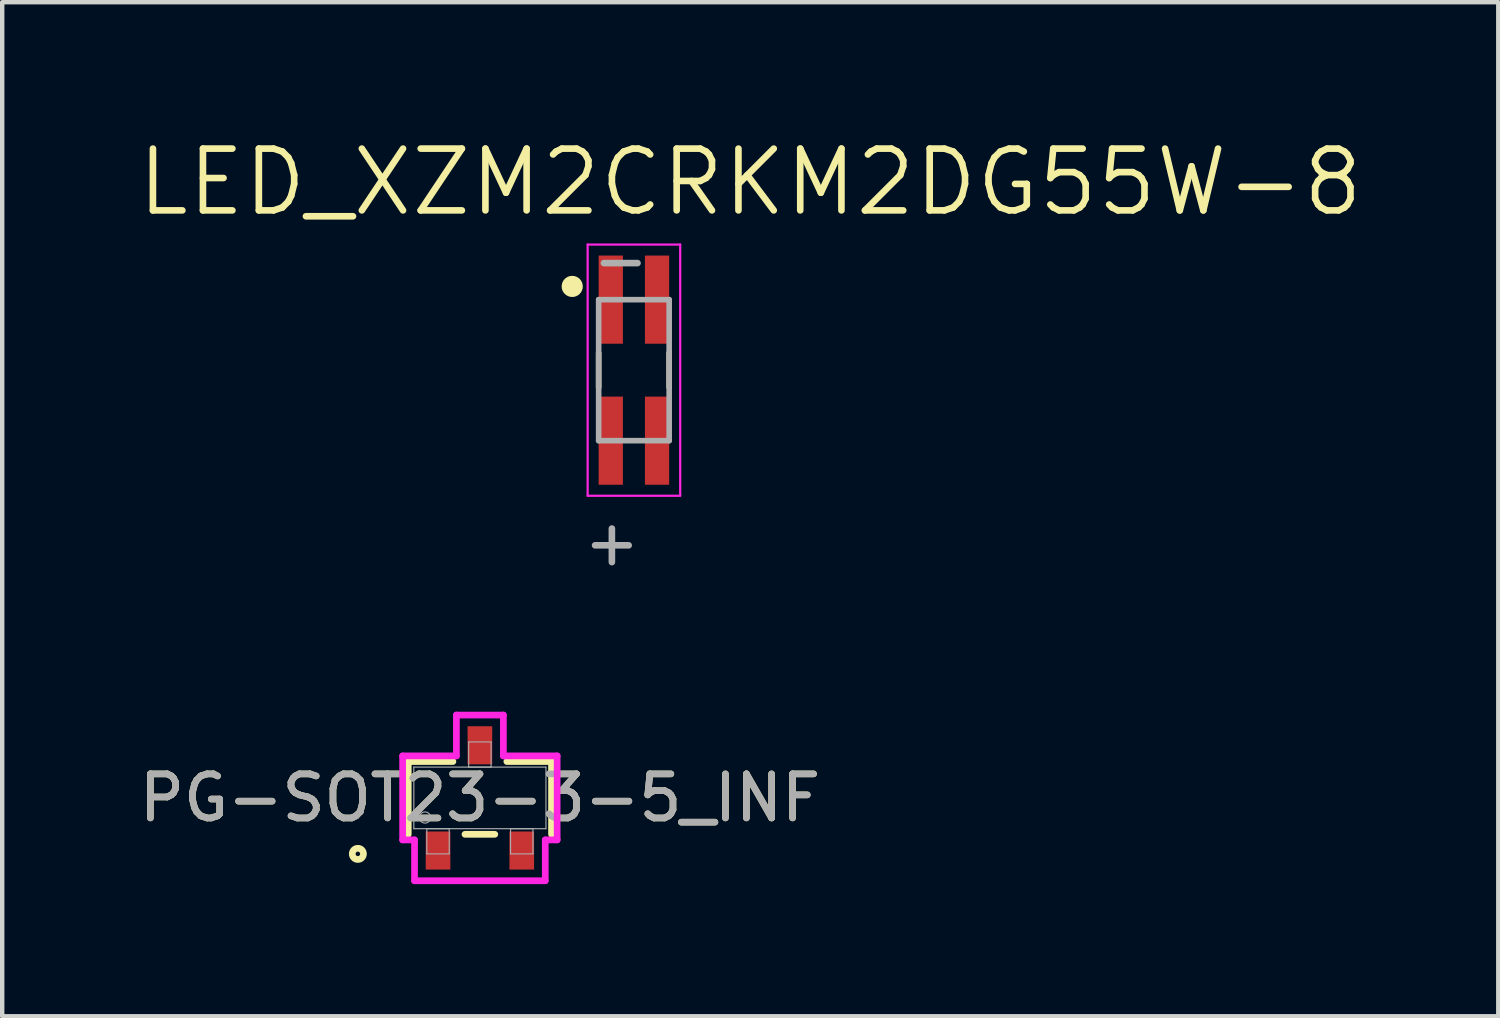
<source format=kicad_pcb>
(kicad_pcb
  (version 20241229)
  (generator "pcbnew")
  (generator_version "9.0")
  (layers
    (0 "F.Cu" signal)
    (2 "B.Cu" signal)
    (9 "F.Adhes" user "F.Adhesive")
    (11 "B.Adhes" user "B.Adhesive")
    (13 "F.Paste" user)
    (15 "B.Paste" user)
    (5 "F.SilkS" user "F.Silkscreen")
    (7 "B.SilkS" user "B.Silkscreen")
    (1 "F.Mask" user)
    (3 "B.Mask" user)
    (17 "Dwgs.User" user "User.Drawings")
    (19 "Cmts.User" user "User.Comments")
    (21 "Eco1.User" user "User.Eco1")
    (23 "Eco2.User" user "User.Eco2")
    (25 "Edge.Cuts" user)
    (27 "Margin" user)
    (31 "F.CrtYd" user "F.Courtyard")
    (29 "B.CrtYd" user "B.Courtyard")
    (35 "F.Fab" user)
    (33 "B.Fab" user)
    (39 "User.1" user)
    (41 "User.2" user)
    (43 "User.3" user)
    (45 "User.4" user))
  (footprint "LED_XZM2CRKM2DG55W-8"
    (layer "F.Cu")
    (at 11.334 5.349)
    (property "Reference" "LED_XZM2CRKM2DG55W-8" (at 2.639 -4.266 0) (layer "F.SilkS") (effects (font (size 1.402 1.402) (thickness 0.15))))
    (attr smd)
    (fp_line (start -0.8 0.39) (end -0.8 -0.39) (stroke (width 0.127) (type solid)) (layer "F.SilkS"))
    (fp_line (start 0.8 0.39) (end 0.8 -0.39) (stroke (width 0.127) (type solid)) (layer "F.SilkS"))
    (fp_circle (center -1.4 -1.9) (end -1.28 -1.9) (stroke (width 0.24) (type solid)) (fill no) (layer "F.SilkS"))
    (fp_line (start -1.05 -2.85) (end 1.05 -2.85) (stroke (width 0.05) (type solid)) (layer "F.CrtYd"))
    (fp_line (start -1.05 2.85) (end -1.05 -2.85) (stroke (width 0.05) (type solid)) (layer "F.CrtYd"))
    (fp_line (start 1.05 -2.85) (end 1.05 2.85) (stroke (width 0.05) (type solid)) (layer "F.CrtYd"))
    (fp_line (start 1.05 2.85) (end -1.05 2.85) (stroke (width 0.05) (type solid)) (layer "F.CrtYd"))
    (fp_line (start -0.8 -1.6) (end 0.8 -1.6) (stroke (width 0.127) (type solid)) (layer "F.Fab"))
    (fp_line (start -0.8 1.6) (end -0.8 -1.6) (stroke (width 0.127) (type solid)) (layer "F.Fab"))
    (fp_line (start 0.8 -1.6) (end 0.8 1.6) (stroke (width 0.127) (type solid)) (layer "F.Fab"))
    (fp_line (start 0.8 1.6) (end -0.8 1.6) (stroke (width 0.127) (type solid)) (layer "F.Fab"))
    (fp_text user "+" (at -0.5 3.901 0) (layer "F.Fab") (effects (font (size 1 1) (thickness 0.15))))
    (fp_text user "-" (at -0.3 -2.503 0) (layer "F.Fab") (effects (font (size 1.001 1.001) (thickness 0.15))))
    (pad "1" smd rect (at -0.525 -1.6) (size 0.55 2) (layers "F.Cu" "F.Mask" "F.Paste"))
    (pad "2" smd rect (at -0.525 1.6) (size 0.55 2) (layers "F.Cu" "F.Mask" "F.Paste"))
    (pad "3" smd rect (at 0.525 -1.6) (size 0.55 2) (layers "F.Cu" "F.Mask" "F.Paste"))
    (pad "4" smd rect (at 0.525 1.6) (size 0.55 2) (layers "F.Cu" "F.Mask" "F.Paste")))
  (footprint "PG-SOT23-3-5_INF"
    (layer "F.Cu")
    (at 7.839 15.055)
    (property "Reference" "PG-SOT23-3-5_INF" (at 0 0 0) (unlocked yes) (layer "F.SilkS") (effects (font (size 1 1) (thickness 0.15))))
    (attr smd)
    (fp_line (start -1.626 -0.826) (end -1.626 0.826) (stroke (width 0.152) (type solid)) (layer "F.SilkS"))
    (fp_line (start -0.612 -0.826) (end -1.626 -0.826) (stroke (width 0.152) (type solid)) (layer "F.SilkS"))
    (fp_line (start -0.338 0.826) (end 0.338 0.826) (stroke (width 0.152) (type solid)) (layer "F.SilkS"))
    (fp_line (start 1.626 -0.826) (end 0.612 -0.826) (stroke (width 0.152) (type solid)) (layer "F.SilkS"))
    (fp_line (start 1.626 0.826) (end 1.626 -0.826) (stroke (width 0.152) (type solid)) (layer "F.SilkS"))
    (fp_circle (center -2.769 1.27) (end -2.642 1.27) (stroke (width 0.152) (type solid)) (fill no) (layer "F.SilkS"))
    (fp_line (start -1.753 -0.953) (end -0.533 -0.953) (stroke (width 0.152) (type solid)) (layer "F.CrtYd"))
    (fp_line (start -1.753 0.953) (end -1.753 -0.953) (stroke (width 0.152) (type solid)) (layer "F.CrtYd"))
    (fp_line (start -1.753 0.953) (end -1.483 0.953) (stroke (width 0.152) (type solid)) (layer "F.CrtYd"))
    (fp_line (start -1.483 0.953) (end -1.483 1.88) (stroke (width 0.152) (type solid)) (layer "F.CrtYd"))
    (fp_line (start -1.483 1.88) (end 1.483 1.88) (stroke (width 0.152) (type solid)) (layer "F.CrtYd"))
    (fp_line (start -0.533 -1.88) (end 0.533 -1.88) (stroke (width 0.152) (type solid)) (layer "F.CrtYd"))
    (fp_line (start -0.533 -0.953) (end -0.533 -1.88) (stroke (width 0.152) (type solid)) (layer "F.CrtYd"))
    (fp_line (start 0.533 -0.953) (end 0.533 -1.88) (stroke (width 0.152) (type solid)) (layer "F.CrtYd"))
    (fp_line (start 1.483 0.953) (end 1.483 1.88) (stroke (width 0.152) (type solid)) (layer "F.CrtYd"))
    (fp_line (start 1.753 -0.953) (end 0.533 -0.953) (stroke (width 0.152) (type solid)) (layer "F.CrtYd"))
    (fp_line (start 1.753 -0.953) (end 1.753 0.953) (stroke (width 0.152) (type solid)) (layer "F.CrtYd"))
    (fp_line (start 1.753 0.953) (end 1.483 0.953) (stroke (width 0.152) (type solid)) (layer "F.CrtYd"))
    (fp_line (start -1.499 -0.699) (end -1.499 0.699) (stroke (width 0.025) (type solid)) (layer "F.Fab"))
    (fp_line (start -1.499 0.699) (end 1.499 0.699) (stroke (width 0.025) (type solid)) (layer "F.Fab"))
    (fp_line (start -1.204 0.699) (end -1.204 1.27) (stroke (width 0.025) (type solid)) (layer "F.Fab"))
    (fp_line (start -1.204 1.27) (end -0.696 1.27) (stroke (width 0.025) (type solid)) (layer "F.Fab"))
    (fp_line (start -0.696 0.699) (end -1.204 0.699) (stroke (width 0.025) (type solid)) (layer "F.Fab"))
    (fp_line (start -0.696 1.27) (end -0.696 0.699) (stroke (width 0.025) (type solid)) (layer "F.Fab"))
    (fp_line (start -0.254 -1.27) (end -0.254 -0.699) (stroke (width 0.025) (type solid)) (layer "F.Fab"))
    (fp_line (start -0.254 -0.699) (end 0.254 -0.699) (stroke (width 0.025) (type solid)) (layer "F.Fab"))
    (fp_line (start 0.254 -1.27) (end -0.254 -1.27) (stroke (width 0.025) (type solid)) (layer "F.Fab"))
    (fp_line (start 0.254 -0.699) (end 0.254 -1.27) (stroke (width 0.025) (type solid)) (layer "F.Fab"))
    (fp_line (start 0.696 0.699) (end 0.696 1.27) (stroke (width 0.025) (type solid)) (layer "F.Fab"))
    (fp_line (start 0.696 1.27) (end 1.204 1.27) (stroke (width 0.025) (type solid)) (layer "F.Fab"))
    (fp_line (start 1.204 0.699) (end 0.696 0.699) (stroke (width 0.025) (type solid)) (layer "F.Fab"))
    (fp_line (start 1.204 1.27) (end 1.204 0.699) (stroke (width 0.025) (type solid)) (layer "F.Fab"))
    (fp_line (start 1.499 -0.699) (end -1.499 -0.699) (stroke (width 0.025) (type solid)) (layer "F.Fab"))
    (fp_line (start 1.499 0.699) (end 1.499 -0.699) (stroke (width 0.025) (type solid)) (layer "F.Fab"))
    (fp_circle (center -1.245 0.445) (end -1.118 0.445) (stroke (width 0.025) (type solid)) (fill no) (layer "F.Fab"))
    (fp_text user "${REFERENCE}" (at 0 0 0) (unlocked yes) (layer "F.Fab") (effects (font (size 1 1) (thickness 0.15))))
    (pad "1" smd rect (at 0 -1.194) (size 0.559 0.864) (layers "F.Cu" "F.Mask" "F.Paste"))
    (pad "2" smd rect (at 0.95 1.194) (size 0.559 0.864) (layers "F.Cu" "F.Mask" "F.Paste"))
    (pad "3" smd rect (at -0.95 1.194) (size 0.559 0.864) (layers "F.Cu" "F.Mask" "F.Paste")))
  (gr_rect
    (start -3 -3)
    (end 30.947 20.01)
    (stroke (width 0.1) (type default))
    (fill no)
    (layer "Edge.Cuts")))
</source>
